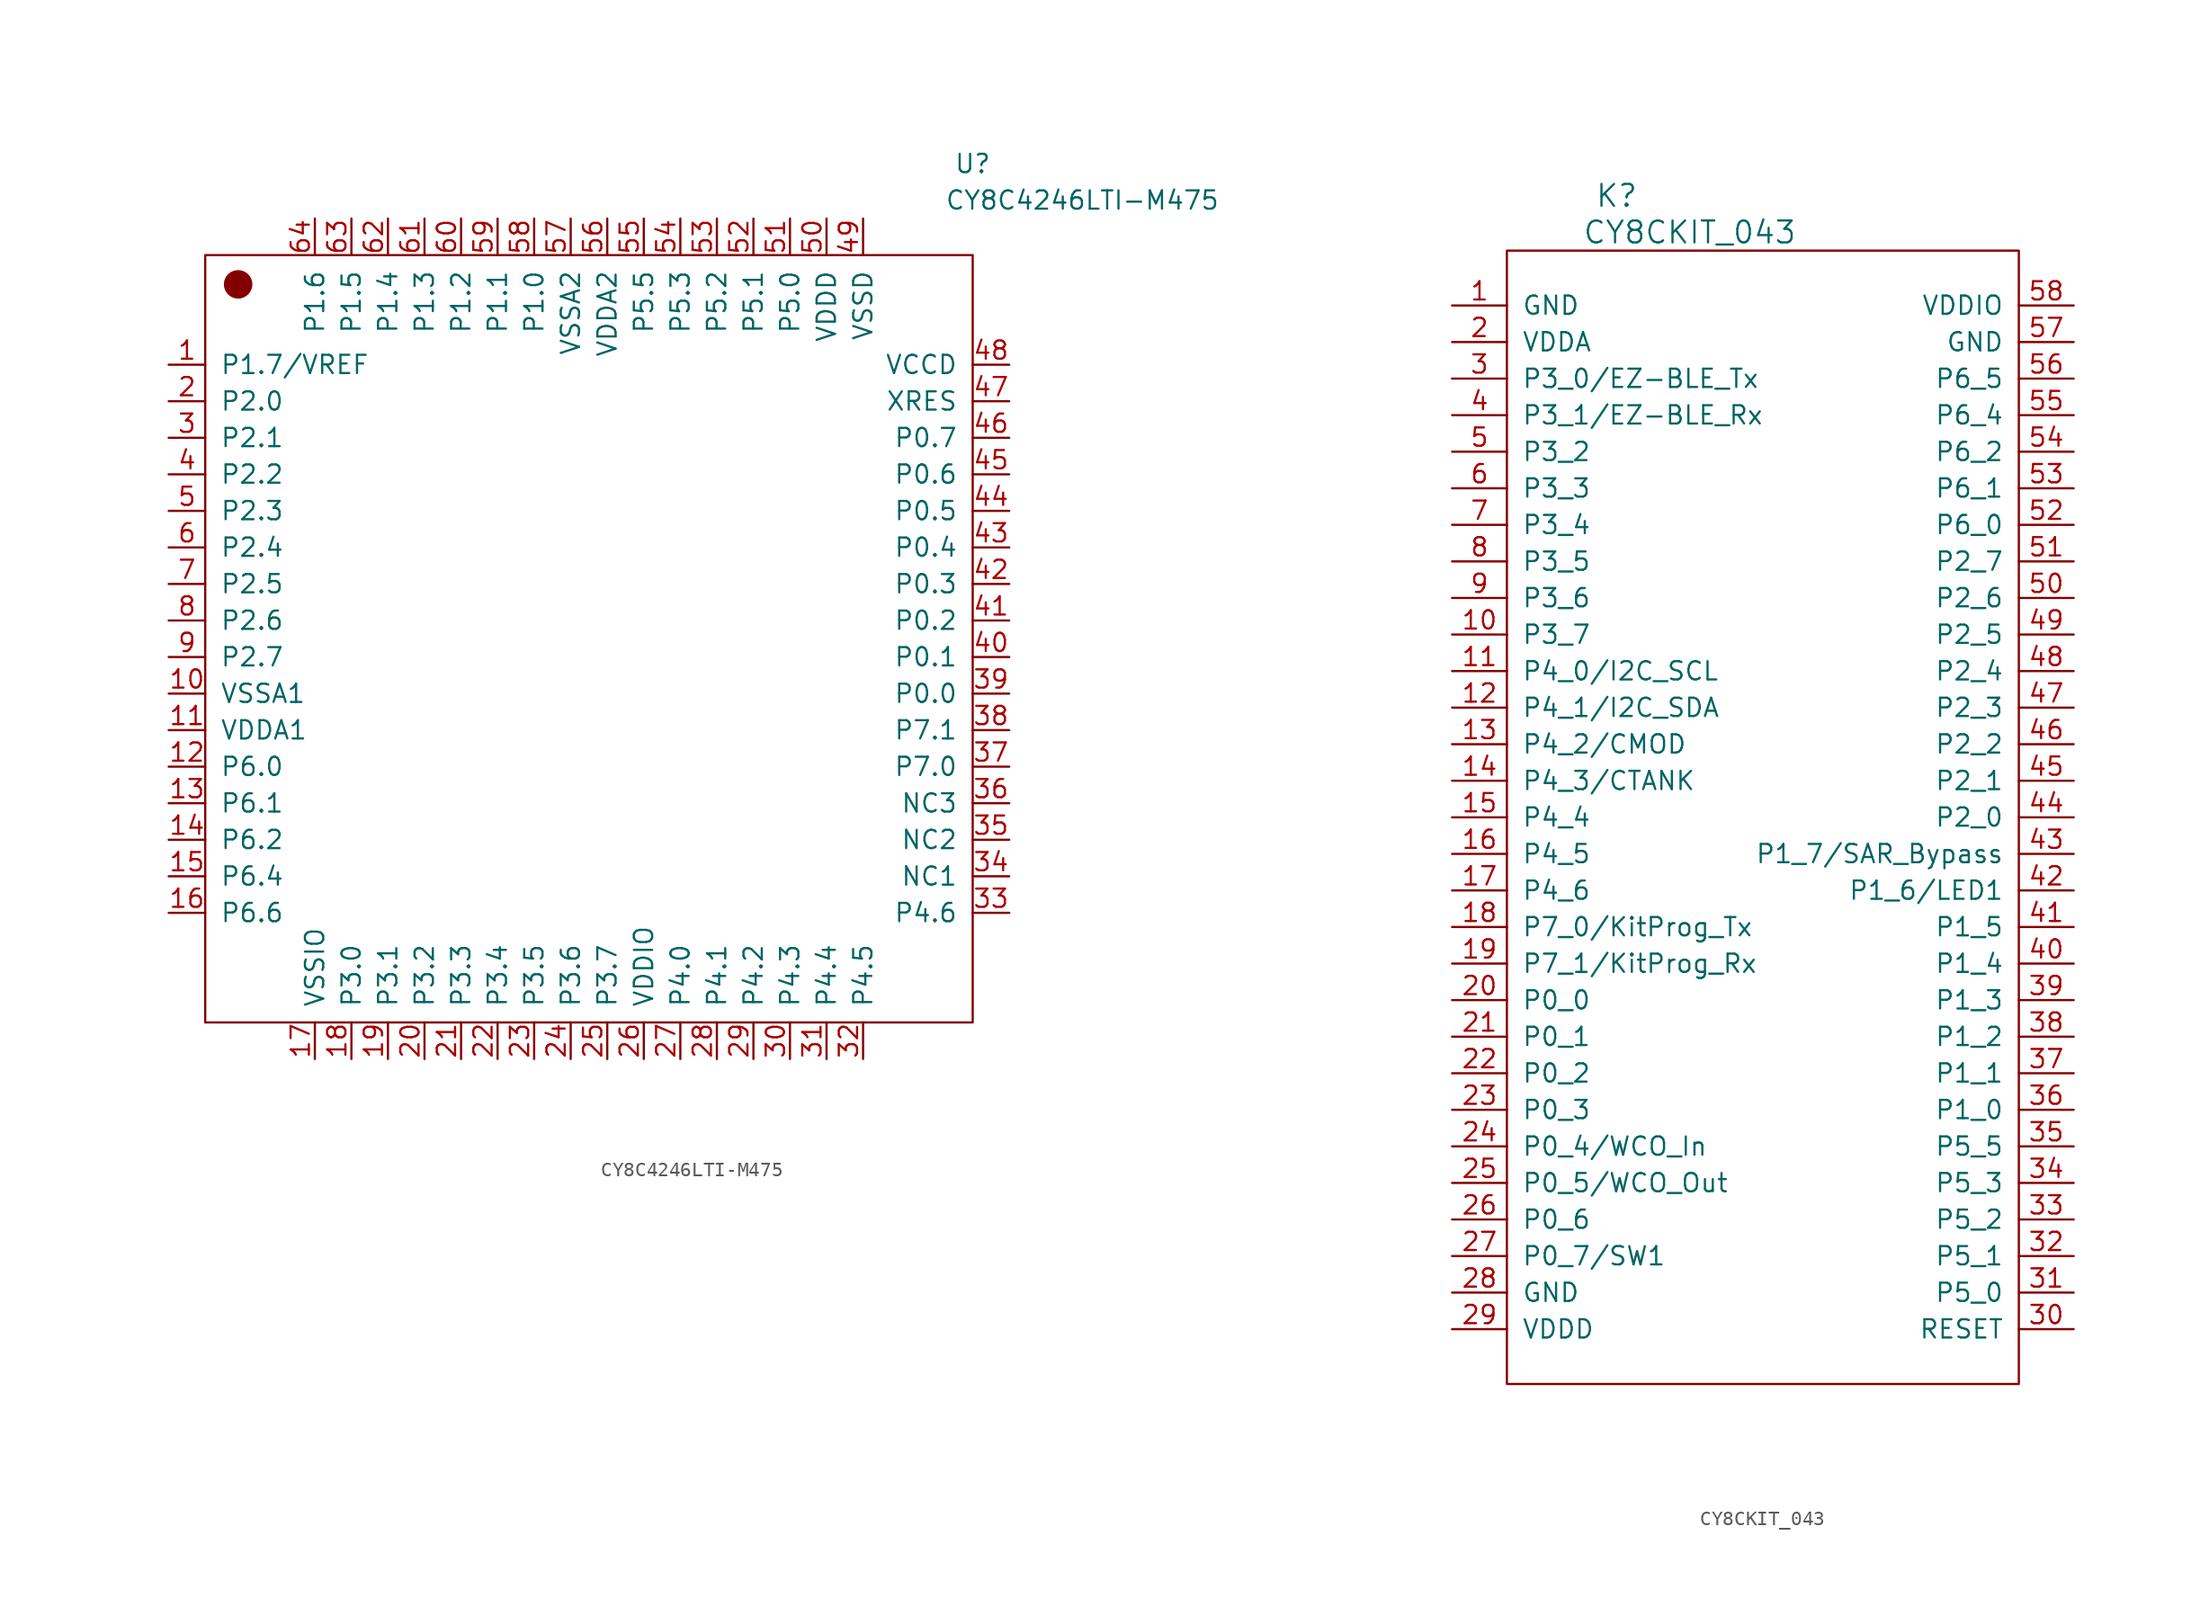
<source format=kicad_sym>
(kicad_symbol_lib
  (version 20220914)
  (generator kicad_symbol_editor)
  (symbol "CY8C4246LTI-M475"
    (pin_names
      (offset 1.016))
    (property "Reference" "U"
      (at 26.67 33.02 0)
      (effects (font (size 1.27 1.27))))
    (property "Value" "CY8C4246LTI-M475"
      (at 34.29 30.48 0)
      (effects (font (size 1.27 1.27))))
    (symbol "CY8C4246LTI-M475_0_1"
      (rectangle (start -26.67 26.67) (end 26.67 -26.67) (stroke (width 0) (type default)) (fill (type none)))
      (circle (center -24.384 24.638) (radius 0.914) (stroke (width 0) (type default)) (fill (type outline))))
    (symbol "CY8C4246LTI-M475_1_1"
      (pin bidirectional line (at -29.21 19.05 0) (length 2.54) (name "P1.7/VREF" (effects (font (size 1.27 1.27)))) (number "1" (effects (font (size 1.27 1.27)))))
      (pin passive line (at -29.21 -3.81 0) (length 2.54) (name "VSSA1" (effects (font (size 1.27 1.27)))) (number "10" (effects (font (size 1.27 1.27)))))
      (pin passive line (at -29.21 -6.35 0) (length 2.54) (name "VDDA1" (effects (font (size 1.27 1.27)))) (number "11" (effects (font (size 1.27 1.27)))))
      (pin bidirectional line (at -29.21 -8.89 0) (length 2.54) (name "P6.0" (effects (font (size 1.27 1.27)))) (number "12" (effects (font (size 1.27 1.27)))))
      (pin bidirectional line (at -29.21 -11.43 0) (length 2.54) (name "P6.1" (effects (font (size 1.27 1.27)))) (number "13" (effects (font (size 1.27 1.27)))))
      (pin bidirectional line (at -29.21 -13.97 0) (length 2.54) (name "P6.2" (effects (font (size 1.27 1.27)))) (number "14" (effects (font (size 1.27 1.27)))))
      (pin bidirectional line (at -29.21 -16.51 0) (length 2.54) (name "P6.4" (effects (font (size 1.27 1.27)))) (number "15" (effects (font (size 1.27 1.27)))))
      (pin bidirectional line (at -29.21 -19.05 0) (length 2.54) (name "P6.6" (effects (font (size 1.27 1.27)))) (number "16" (effects (font (size 1.27 1.27)))))
      (pin passive line (at -19.05 -29.21 90) (length 2.54) (name "VSSIO" (effects (font (size 1.27 1.27)))) (number "17" (effects (font (size 1.27 1.27)))))
      (pin bidirectional line (at -16.51 -29.21 90) (length 2.54) (name "P3.0" (effects (font (size 1.27 1.27)))) (number "18" (effects (font (size 1.27 1.27)))))
      (pin bidirectional line (at -13.97 -29.21 90) (length 2.54) (name "P3.1" (effects (font (size 1.27 1.27)))) (number "19" (effects (font (size 1.27 1.27)))))
      (pin bidirectional line (at -29.21 16.51 0) (length 2.54) (name "P2.0" (effects (font (size 1.27 1.27)))) (number "2" (effects (font (size 1.27 1.27)))))
      (pin bidirectional line (at -11.43 -29.21 90) (length 2.54) (name "P3.2" (effects (font (size 1.27 1.27)))) (number "20" (effects (font (size 1.27 1.27)))))
      (pin bidirectional line (at -8.89 -29.21 90) (length 2.54) (name "P3.3" (effects (font (size 1.27 1.27)))) (number "21" (effects (font (size 1.27 1.27)))))
      (pin bidirectional line (at -6.35 -29.21 90) (length 2.54) (name "P3.4" (effects (font (size 1.27 1.27)))) (number "22" (effects (font (size 1.27 1.27)))))
      (pin bidirectional line (at -3.81 -29.21 90) (length 2.54) (name "P3.5" (effects (font (size 1.27 1.27)))) (number "23" (effects (font (size 1.27 1.27)))))
      (pin bidirectional line (at -1.27 -29.21 90) (length 2.54) (name "P3.6" (effects (font (size 1.27 1.27)))) (number "24" (effects (font (size 1.27 1.27)))))
      (pin bidirectional line (at 1.27 -29.21 90) (length 2.54) (name "P3.7" (effects (font (size 1.27 1.27)))) (number "25" (effects (font (size 1.27 1.27)))))
      (pin passive line (at 3.81 -29.21 90) (length 2.54) (name "VDDIO" (effects (font (size 1.27 1.27)))) (number "26" (effects (font (size 1.27 1.27)))))
      (pin bidirectional line (at 6.35 -29.21 90) (length 2.54) (name "P4.0" (effects (font (size 1.27 1.27)))) (number "27" (effects (font (size 1.27 1.27)))))
      (pin bidirectional line (at 8.89 -29.21 90) (length 2.54) (name "P4.1" (effects (font (size 1.27 1.27)))) (number "28" (effects (font (size 1.27 1.27)))))
      (pin bidirectional line (at 11.43 -29.21 90) (length 2.54) (name "P4.2" (effects (font (size 1.27 1.27)))) (number "29" (effects (font (size 1.27 1.27)))))
      (pin bidirectional line (at -29.21 13.97 0) (length 2.54) (name "P2.1" (effects (font (size 1.27 1.27)))) (number "3" (effects (font (size 1.27 1.27)))))
      (pin bidirectional line (at 13.97 -29.21 90) (length 2.54) (name "P4.3" (effects (font (size 1.27 1.27)))) (number "30" (effects (font (size 1.27 1.27)))))
      (pin bidirectional line (at 16.51 -29.21 90) (length 2.54) (name "P4.4" (effects (font (size 1.27 1.27)))) (number "31" (effects (font (size 1.27 1.27)))))
      (pin bidirectional line (at 19.05 -29.21 90) (length 2.54) (name "P4.5" (effects (font (size 1.27 1.27)))) (number "32" (effects (font (size 1.27 1.27)))))
      (pin bidirectional line (at 29.21 -19.05 180) (length 2.54) (name "P4.6" (effects (font (size 1.27 1.27)))) (number "33" (effects (font (size 1.27 1.27)))))
      (pin unspecified line (at 29.21 -16.51 180) (length 2.54) (name "NC1" (effects (font (size 1.27 1.27)))) (number "34" (effects (font (size 1.27 1.27)))))
      (pin unspecified line (at 29.21 -13.97 180) (length 2.54) (name "NC2" (effects (font (size 1.27 1.27)))) (number "35" (effects (font (size 1.27 1.27)))))
      (pin unspecified line (at 29.21 -11.43 180) (length 2.54) (name "NC3" (effects (font (size 1.27 1.27)))) (number "36" (effects (font (size 1.27 1.27)))))
      (pin bidirectional line (at 29.21 -8.89 180) (length 2.54) (name "P7.0" (effects (font (size 1.27 1.27)))) (number "37" (effects (font (size 1.27 1.27)))))
      (pin bidirectional line (at 29.21 -6.35 180) (length 2.54) (name "P7.1" (effects (font (size 1.27 1.27)))) (number "38" (effects (font (size 1.27 1.27)))))
      (pin bidirectional line (at 29.21 -3.81 180) (length 2.54) (name "P0.0" (effects (font (size 1.27 1.27)))) (number "39" (effects (font (size 1.27 1.27)))))
      (pin bidirectional line (at -29.21 11.43 0) (length 2.54) (name "P2.2" (effects (font (size 1.27 1.27)))) (number "4" (effects (font (size 1.27 1.27)))))
      (pin bidirectional line (at 29.21 -1.27 180) (length 2.54) (name "P0.1" (effects (font (size 1.27 1.27)))) (number "40" (effects (font (size 1.27 1.27)))))
      (pin bidirectional line (at 29.21 1.27 180) (length 2.54) (name "P0.2" (effects (font (size 1.27 1.27)))) (number "41" (effects (font (size 1.27 1.27)))))
      (pin bidirectional line (at 29.21 3.81 180) (length 2.54) (name "P0.3" (effects (font (size 1.27 1.27)))) (number "42" (effects (font (size 1.27 1.27)))))
      (pin bidirectional line (at 29.21 6.35 180) (length 2.54) (name "P0.4" (effects (font (size 1.27 1.27)))) (number "43" (effects (font (size 1.27 1.27)))))
      (pin bidirectional line (at 29.21 8.89 180) (length 2.54) (name "P0.5" (effects (font (size 1.27 1.27)))) (number "44" (effects (font (size 1.27 1.27)))))
      (pin bidirectional line (at 29.21 11.43 180) (length 2.54) (name "P0.6" (effects (font (size 1.27 1.27)))) (number "45" (effects (font (size 1.27 1.27)))))
      (pin bidirectional line (at 29.21 13.97 180) (length 2.54) (name "P0.7" (effects (font (size 1.27 1.27)))) (number "46" (effects (font (size 1.27 1.27)))))
      (pin input line (at 29.21 16.51 180) (length 2.54) (name "XRES" (effects (font (size 1.27 1.27)))) (number "47" (effects (font (size 1.27 1.27)))))
      (pin passive line (at 29.21 19.05 180) (length 2.54) (name "VCCD" (effects (font (size 1.27 1.27)))) (number "48" (effects (font (size 1.27 1.27)))))
      (pin passive line (at 19.05 29.21 270) (length 2.54) (name "VSSD" (effects (font (size 1.27 1.27)))) (number "49" (effects (font (size 1.27 1.27)))))
      (pin bidirectional line (at -29.21 8.89 0) (length 2.54) (name "P2.3" (effects (font (size 1.27 1.27)))) (number "5" (effects (font (size 1.27 1.27)))))
      (pin passive line (at 16.51 29.21 270) (length 2.54) (name "VDDD" (effects (font (size 1.27 1.27)))) (number "50" (effects (font (size 1.27 1.27)))))
      (pin bidirectional line (at 13.97 29.21 270) (length 2.54) (name "P5.0" (effects (font (size 1.27 1.27)))) (number "51" (effects (font (size 1.27 1.27)))))
      (pin bidirectional line (at 11.43 29.21 270) (length 2.54) (name "P5.1" (effects (font (size 1.27 1.27)))) (number "52" (effects (font (size 1.27 1.27)))))
      (pin bidirectional line (at 8.89 29.21 270) (length 2.54) (name "P5.2" (effects (font (size 1.27 1.27)))) (number "53" (effects (font (size 1.27 1.27)))))
      (pin bidirectional line (at 6.35 29.21 270) (length 2.54) (name "P5.3" (effects (font (size 1.27 1.27)))) (number "54" (effects (font (size 1.27 1.27)))))
      (pin bidirectional line (at 3.81 29.21 270) (length 2.54) (name "P5.5" (effects (font (size 1.27 1.27)))) (number "55" (effects (font (size 1.27 1.27)))))
      (pin passive line (at 1.27 29.21 270) (length 2.54) (name "VDDA2" (effects (font (size 1.27 1.27)))) (number "56" (effects (font (size 1.27 1.27)))))
      (pin passive line (at -1.27 29.21 270) (length 2.54) (name "VSSA2" (effects (font (size 1.27 1.27)))) (number "57" (effects (font (size 1.27 1.27)))))
      (pin bidirectional line (at -3.81 29.21 270) (length 2.54) (name "P1.0" (effects (font (size 1.27 1.27)))) (number "58" (effects (font (size 1.27 1.27)))))
      (pin bidirectional line (at -6.35 29.21 270) (length 2.54) (name "P1.1" (effects (font (size 1.27 1.27)))) (number "59" (effects (font (size 1.27 1.27)))))
      (pin bidirectional line (at -29.21 6.35 0) (length 2.54) (name "P2.4" (effects (font (size 1.27 1.27)))) (number "6" (effects (font (size 1.27 1.27)))))
      (pin bidirectional line (at -8.89 29.21 270) (length 2.54) (name "P1.2" (effects (font (size 1.27 1.27)))) (number "60" (effects (font (size 1.27 1.27)))))
      (pin bidirectional line (at -11.43 29.21 270) (length 2.54) (name "P1.3" (effects (font (size 1.27 1.27)))) (number "61" (effects (font (size 1.27 1.27)))))
      (pin bidirectional line (at -13.97 29.21 270) (length 2.54) (name "P1.4" (effects (font (size 1.27 1.27)))) (number "62" (effects (font (size 1.27 1.27)))))
      (pin bidirectional line (at -16.51 29.21 270) (length 2.54) (name "P1.5" (effects (font (size 1.27 1.27)))) (number "63" (effects (font (size 1.27 1.27)))))
      (pin bidirectional line (at -19.05 29.21 270) (length 2.54) (name "P1.6" (effects (font (size 1.27 1.27)))) (number "64" (effects (font (size 1.27 1.27)))))
      (pin bidirectional line (at -29.21 3.81 0) (length 2.54) (name "P2.5" (effects (font (size 1.27 1.27)))) (number "7" (effects (font (size 1.27 1.27)))))
      (pin bidirectional line (at -29.21 1.27 0) (length 2.54) (name "P2.6" (effects (font (size 1.27 1.27)))) (number "8" (effects (font (size 1.27 1.27)))))
      (pin bidirectional line (at -29.21 -1.27 0) (length 2.54) (name "P2.7" (effects (font (size 1.27 1.27)))) (number "9" (effects (font (size 1.27 1.27)))))))
  (symbol "CY8CKIT_043"
    (pin_names
      (offset 1.016))
    (property "Reference" "K"
      (at -10.16 41.91 0)
      (effects (font (size 1.524 1.524))))
    (property "Value" "CY8CKIT_043"
      (at -5.08 39.37 0)
      (effects (font (size 1.524 1.524))))
    (symbol "CY8CKIT_043_0_1"
      (rectangle (start -17.78 38.1) (end 17.78 -40.64) (stroke (width 0) (type default)) (fill (type none))))
    (symbol "CY8CKIT_043_1_1"
      (pin input line (at -21.59 34.29 0) (length 3.81) (name "GND" (effects (font (size 1.27 1.27)))) (number "1" (effects (font (size 1.27 1.27)))))
      (pin input line (at -21.59 11.43 0) (length 3.81) (name "P3_7" (effects (font (size 1.27 1.27)))) (number "10" (effects (font (size 1.27 1.27)))))
      (pin input line (at -21.59 8.89 0) (length 3.81) (name "P4_0/I2C_SCL" (effects (font (size 1.27 1.27)))) (number "11" (effects (font (size 1.27 1.27)))))
      (pin input line (at -21.59 6.35 0) (length 3.81) (name "P4_1/I2C_SDA" (effects (font (size 1.27 1.27)))) (number "12" (effects (font (size 1.27 1.27)))))
      (pin input line (at -21.59 3.81 0) (length 3.81) (name "P4_2/CMOD" (effects (font (size 1.27 1.27)))) (number "13" (effects (font (size 1.27 1.27)))))
      (pin input line (at -21.59 1.27 0) (length 3.81) (name "P4_3/CTANK" (effects (font (size 1.27 1.27)))) (number "14" (effects (font (size 1.27 1.27)))))
      (pin input line (at -21.59 -1.27 0) (length 3.81) (name "P4_4" (effects (font (size 1.27 1.27)))) (number "15" (effects (font (size 1.27 1.27)))))
      (pin input line (at -21.59 -3.81 0) (length 3.81) (name "P4_5" (effects (font (size 1.27 1.27)))) (number "16" (effects (font (size 1.27 1.27)))))
      (pin input line (at -21.59 -6.35 0) (length 3.81) (name "P4_6" (effects (font (size 1.27 1.27)))) (number "17" (effects (font (size 1.27 1.27)))))
      (pin input line (at -21.59 -8.89 0) (length 3.81) (name "P7_0/KitProg_Tx" (effects (font (size 1.27 1.27)))) (number "18" (effects (font (size 1.27 1.27)))))
      (pin input line (at -21.59 -11.43 0) (length 3.81) (name "P7_1/KitProg_Rx" (effects (font (size 1.27 1.27)))) (number "19" (effects (font (size 1.27 1.27)))))
      (pin input line (at -21.59 31.75 0) (length 3.81) (name "VDDA" (effects (font (size 1.27 1.27)))) (number "2" (effects (font (size 1.27 1.27)))))
      (pin input line (at -21.59 -13.97 0) (length 3.81) (name "P0_0" (effects (font (size 1.27 1.27)))) (number "20" (effects (font (size 1.27 1.27)))))
      (pin input line (at -21.59 -16.51 0) (length 3.81) (name "P0_1" (effects (font (size 1.27 1.27)))) (number "21" (effects (font (size 1.27 1.27)))))
      (pin input line (at -21.59 -19.05 0) (length 3.81) (name "P0_2" (effects (font (size 1.27 1.27)))) (number "22" (effects (font (size 1.27 1.27)))))
      (pin input line (at -21.59 -21.59 0) (length 3.81) (name "P0_3" (effects (font (size 1.27 1.27)))) (number "23" (effects (font (size 1.27 1.27)))))
      (pin input line (at -21.59 -24.13 0) (length 3.81) (name "P0_4/WCO_In" (effects (font (size 1.27 1.27)))) (number "24" (effects (font (size 1.27 1.27)))))
      (pin input line (at -21.59 -26.67 0) (length 3.81) (name "P0_5/WCO_Out" (effects (font (size 1.27 1.27)))) (number "25" (effects (font (size 1.27 1.27)))))
      (pin input line (at -21.59 -29.21 0) (length 3.81) (name "P0_6" (effects (font (size 1.27 1.27)))) (number "26" (effects (font (size 1.27 1.27)))))
      (pin input line (at -21.59 -31.75 0) (length 3.81) (name "P0_7/SW1" (effects (font (size 1.27 1.27)))) (number "27" (effects (font (size 1.27 1.27)))))
      (pin input line (at -21.59 -34.29 0) (length 3.81) (name "GND" (effects (font (size 1.27 1.27)))) (number "28" (effects (font (size 1.27 1.27)))))
      (pin input line (at -21.59 -36.83 0) (length 3.81) (name "VDDD" (effects (font (size 1.27 1.27)))) (number "29" (effects (font (size 1.27 1.27)))))
      (pin input line (at -21.59 29.21 0) (length 3.81) (name "P3_0/EZ-BLE_Tx" (effects (font (size 1.27 1.27)))) (number "3" (effects (font (size 1.27 1.27)))))
      (pin input line (at 21.59 -36.83 180) (length 3.81) (name "RESET" (effects (font (size 1.27 1.27)))) (number "30" (effects (font (size 1.27 1.27)))))
      (pin input line (at 21.59 -34.29 180) (length 3.81) (name "P5_0" (effects (font (size 1.27 1.27)))) (number "31" (effects (font (size 1.27 1.27)))))
      (pin input line (at 21.59 -31.75 180) (length 3.81) (name "P5_1" (effects (font (size 1.27 1.27)))) (number "32" (effects (font (size 1.27 1.27)))))
      (pin input line (at 21.59 -29.21 180) (length 3.81) (name "P5_2" (effects (font (size 1.27 1.27)))) (number "33" (effects (font (size 1.27 1.27)))))
      (pin input line (at 21.59 -26.67 180) (length 3.81) (name "P5_3" (effects (font (size 1.27 1.27)))) (number "34" (effects (font (size 1.27 1.27)))))
      (pin input line (at 21.59 -24.13 180) (length 3.81) (name "P5_5" (effects (font (size 1.27 1.27)))) (number "35" (effects (font (size 1.27 1.27)))))
      (pin input line (at 21.59 -21.59 180) (length 3.81) (name "P1_0" (effects (font (size 1.27 1.27)))) (number "36" (effects (font (size 1.27 1.27)))))
      (pin input line (at 21.59 -19.05 180) (length 3.81) (name "P1_1" (effects (font (size 1.27 1.27)))) (number "37" (effects (font (size 1.27 1.27)))))
      (pin input line (at 21.59 -16.51 180) (length 3.81) (name "P1_2" (effects (font (size 1.27 1.27)))) (number "38" (effects (font (size 1.27 1.27)))))
      (pin input line (at 21.59 -13.97 180) (length 3.81) (name "P1_3" (effects (font (size 1.27 1.27)))) (number "39" (effects (font (size 1.27 1.27)))))
      (pin input line (at -21.59 26.67 0) (length 3.81) (name "P3_1/EZ-BLE_Rx" (effects (font (size 1.27 1.27)))) (number "4" (effects (font (size 1.27 1.27)))))
      (pin input line (at 21.59 -11.43 180) (length 3.81) (name "P1_4" (effects (font (size 1.27 1.27)))) (number "40" (effects (font (size 1.27 1.27)))))
      (pin input line (at 21.59 -8.89 180) (length 3.81) (name "P1_5" (effects (font (size 1.27 1.27)))) (number "41" (effects (font (size 1.27 1.27)))))
      (pin input line (at 21.59 -6.35 180) (length 3.81) (name "P1_6/LED1" (effects (font (size 1.27 1.27)))) (number "42" (effects (font (size 1.27 1.27)))))
      (pin input line (at 21.59 -3.81 180) (length 3.81) (name "P1_7/SAR_Bypass" (effects (font (size 1.27 1.27)))) (number "43" (effects (font (size 1.27 1.27)))))
      (pin input line (at 21.59 -1.27 180) (length 3.81) (name "P2_0" (effects (font (size 1.27 1.27)))) (number "44" (effects (font (size 1.27 1.27)))))
      (pin input line (at 21.59 1.27 180) (length 3.81) (name "P2_1" (effects (font (size 1.27 1.27)))) (number "45" (effects (font (size 1.27 1.27)))))
      (pin input line (at 21.59 3.81 180) (length 3.81) (name "P2_2" (effects (font (size 1.27 1.27)))) (number "46" (effects (font (size 1.27 1.27)))))
      (pin input line (at 21.59 6.35 180) (length 3.81) (name "P2_3" (effects (font (size 1.27 1.27)))) (number "47" (effects (font (size 1.27 1.27)))))
      (pin input line (at 21.59 8.89 180) (length 3.81) (name "P2_4" (effects (font (size 1.27 1.27)))) (number "48" (effects (font (size 1.27 1.27)))))
      (pin input line (at 21.59 11.43 180) (length 3.81) (name "P2_5" (effects (font (size 1.27 1.27)))) (number "49" (effects (font (size 1.27 1.27)))))
      (pin input line (at -21.59 24.13 0) (length 3.81) (name "P3_2" (effects (font (size 1.27 1.27)))) (number "5" (effects (font (size 1.27 1.27)))))
      (pin input line (at 21.59 13.97 180) (length 3.81) (name "P2_6" (effects (font (size 1.27 1.27)))) (number "50" (effects (font (size 1.27 1.27)))))
      (pin input line (at 21.59 16.51 180) (length 3.81) (name "P2_7" (effects (font (size 1.27 1.27)))) (number "51" (effects (font (size 1.27 1.27)))))
      (pin input line (at 21.59 19.05 180) (length 3.81) (name "P6_0" (effects (font (size 1.27 1.27)))) (number "52" (effects (font (size 1.27 1.27)))))
      (pin input line (at 21.59 21.59 180) (length 3.81) (name "P6_1" (effects (font (size 1.27 1.27)))) (number "53" (effects (font (size 1.27 1.27)))))
      (pin input line (at 21.59 24.13 180) (length 3.81) (name "P6_2" (effects (font (size 1.27 1.27)))) (number "54" (effects (font (size 1.27 1.27)))))
      (pin input line (at 21.59 26.67 180) (length 3.81) (name "P6_4" (effects (font (size 1.27 1.27)))) (number "55" (effects (font (size 1.27 1.27)))))
      (pin input line (at 21.59 29.21 180) (length 3.81) (name "P6_5" (effects (font (size 1.27 1.27)))) (number "56" (effects (font (size 1.27 1.27)))))
      (pin input line (at 21.59 31.75 180) (length 3.81) (name "GND" (effects (font (size 1.27 1.27)))) (number "57" (effects (font (size 1.27 1.27)))))
      (pin input line (at 21.59 34.29 180) (length 3.81) (name "VDDIO" (effects (font (size 1.27 1.27)))) (number "58" (effects (font (size 1.27 1.27)))))
      (pin input line (at -21.59 21.59 0) (length 3.81) (name "P3_3" (effects (font (size 1.27 1.27)))) (number "6" (effects (font (size 1.27 1.27)))))
      (pin input line (at -21.59 19.05 0) (length 3.81) (name "P3_4" (effects (font (size 1.27 1.27)))) (number "7" (effects (font (size 1.27 1.27)))))
      (pin input line (at -21.59 16.51 0) (length 3.81) (name "P3_5" (effects (font (size 1.27 1.27)))) (number "8" (effects (font (size 1.27 1.27)))))
      (pin input line (at -21.59 13.97 0) (length 3.81) (name "P3_6" (effects (font (size 1.27 1.27)))) (number "9" (effects (font (size 1.27 1.27))))))))
</source>
